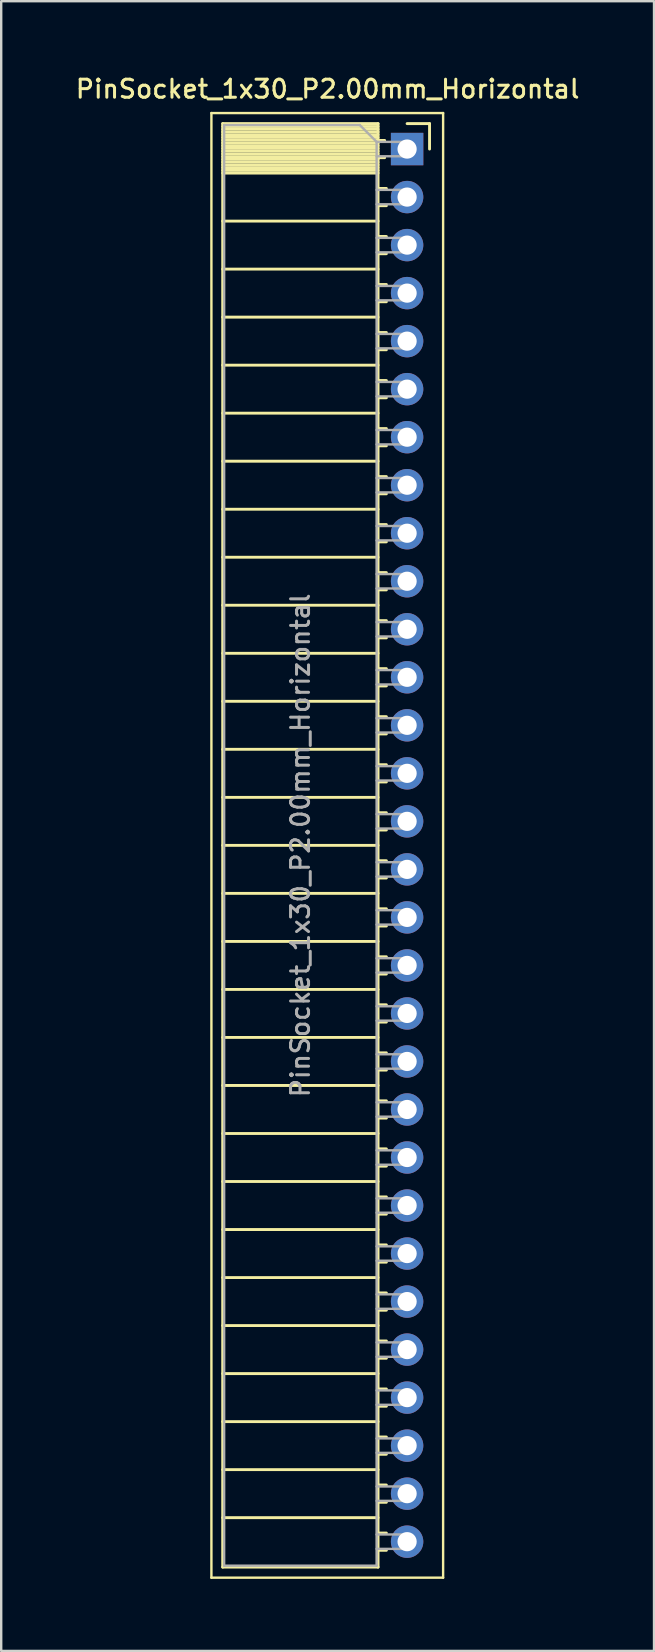
<source format=kicad_pcb>
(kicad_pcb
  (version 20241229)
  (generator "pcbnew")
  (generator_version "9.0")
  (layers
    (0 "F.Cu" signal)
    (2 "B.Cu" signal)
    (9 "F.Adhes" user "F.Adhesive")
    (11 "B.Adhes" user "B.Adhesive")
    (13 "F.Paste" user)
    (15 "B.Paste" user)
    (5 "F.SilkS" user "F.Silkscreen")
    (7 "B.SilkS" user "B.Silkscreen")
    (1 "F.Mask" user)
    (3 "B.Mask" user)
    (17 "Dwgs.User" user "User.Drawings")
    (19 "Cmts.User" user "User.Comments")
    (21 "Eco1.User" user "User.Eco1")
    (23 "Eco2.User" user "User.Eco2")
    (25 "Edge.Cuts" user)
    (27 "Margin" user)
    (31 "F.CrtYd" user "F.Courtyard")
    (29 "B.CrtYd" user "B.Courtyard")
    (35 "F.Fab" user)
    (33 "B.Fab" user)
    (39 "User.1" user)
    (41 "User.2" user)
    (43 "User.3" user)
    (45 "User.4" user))
  (footprint "PinSocket_1x30_P2.00mm_Horizontal"
    (layer "F.Cu")
    (at 13.905 3.158)
    (property "Reference" "PinSocket_1x30_P2.00mm_Horizontal" (at -3.31 -2.5 0) (layer "F.SilkS") (effects (font (size 0.75 0.75) (thickness 0.125))))
    (attr through_hole)
    (fp_line (start -8.15 -1.5) (end -8.15 59.5) (stroke (width 0.1) (type solid)) (layer "F.SilkS"))
    (fp_line (start -8.15 59.5) (end 1.5 59.5) (stroke (width 0.1) (type solid)) (layer "F.SilkS"))
    (fp_line (start -7.68 -1.06) (end -7.68 59.06) (stroke (width 0.12) (type solid)) (layer "F.SilkS"))
    (fp_line (start -7.68 -1.06) (end -1.21 -1.06) (stroke (width 0.12) (type solid)) (layer "F.SilkS"))
    (fp_line (start -7.68 -0.94) (end -1.21 -0.94) (stroke (width 0.12) (type solid)) (layer "F.SilkS"))
    (fp_line (start -7.68 -0.826) (end -1.21 -0.826) (stroke (width 0.12) (type solid)) (layer "F.SilkS"))
    (fp_line (start -7.68 -0.712) (end -1.21 -0.712) (stroke (width 0.12) (type solid)) (layer "F.SilkS"))
    (fp_line (start -7.68 -0.598) (end -1.21 -0.598) (stroke (width 0.12) (type solid)) (layer "F.SilkS"))
    (fp_line (start -7.68 -0.484) (end -1.21 -0.484) (stroke (width 0.12) (type solid)) (layer "F.SilkS"))
    (fp_line (start -7.68 -0.369) (end -1.21 -0.369) (stroke (width 0.12) (type solid)) (layer "F.SilkS"))
    (fp_line (start -7.68 -0.255) (end -1.21 -0.255) (stroke (width 0.12) (type solid)) (layer "F.SilkS"))
    (fp_line (start -7.68 -0.141) (end -1.21 -0.141) (stroke (width 0.12) (type solid)) (layer "F.SilkS"))
    (fp_line (start -7.68 -0.027) (end -1.21 -0.027) (stroke (width 0.12) (type solid)) (layer "F.SilkS"))
    (fp_line (start -7.68 0.087) (end -1.21 0.087) (stroke (width 0.12) (type solid)) (layer "F.SilkS"))
    (fp_line (start -7.68 0.201) (end -1.21 0.201) (stroke (width 0.12) (type solid)) (layer "F.SilkS"))
    (fp_line (start -7.68 0.315) (end -1.21 0.315) (stroke (width 0.12) (type solid)) (layer "F.SilkS"))
    (fp_line (start -7.68 0.429) (end -1.21 0.429) (stroke (width 0.12) (type solid)) (layer "F.SilkS"))
    (fp_line (start -7.68 0.544) (end -1.21 0.544) (stroke (width 0.12) (type solid)) (layer "F.SilkS"))
    (fp_line (start -7.68 0.658) (end -1.21 0.658) (stroke (width 0.12) (type solid)) (layer "F.SilkS"))
    (fp_line (start -7.68 0.772) (end -1.21 0.772) (stroke (width 0.12) (type solid)) (layer "F.SilkS"))
    (fp_line (start -7.68 0.886) (end -1.21 0.886) (stroke (width 0.12) (type solid)) (layer "F.SilkS"))
    (fp_line (start -7.68 1) (end -1.21 1) (stroke (width 0.12) (type solid)) (layer "F.SilkS"))
    (fp_line (start -7.68 3) (end -1.21 3) (stroke (width 0.12) (type solid)) (layer "F.SilkS"))
    (fp_line (start -7.68 5) (end -1.21 5) (stroke (width 0.12) (type solid)) (layer "F.SilkS"))
    (fp_line (start -7.68 7) (end -1.21 7) (stroke (width 0.12) (type solid)) (layer "F.SilkS"))
    (fp_line (start -7.68 9) (end -1.21 9) (stroke (width 0.12) (type solid)) (layer "F.SilkS"))
    (fp_line (start -7.68 11) (end -1.21 11) (stroke (width 0.12) (type solid)) (layer "F.SilkS"))
    (fp_line (start -7.68 13) (end -1.21 13) (stroke (width 0.12) (type solid)) (layer "F.SilkS"))
    (fp_line (start -7.68 15) (end -1.21 15) (stroke (width 0.12) (type solid)) (layer "F.SilkS"))
    (fp_line (start -7.68 17) (end -1.21 17) (stroke (width 0.12) (type solid)) (layer "F.SilkS"))
    (fp_line (start -7.68 19) (end -1.21 19) (stroke (width 0.12) (type solid)) (layer "F.SilkS"))
    (fp_line (start -7.68 21) (end -1.21 21) (stroke (width 0.12) (type solid)) (layer "F.SilkS"))
    (fp_line (start -7.68 23) (end -1.21 23) (stroke (width 0.12) (type solid)) (layer "F.SilkS"))
    (fp_line (start -7.68 25) (end -1.21 25) (stroke (width 0.12) (type solid)) (layer "F.SilkS"))
    (fp_line (start -7.68 27) (end -1.21 27) (stroke (width 0.12) (type solid)) (layer "F.SilkS"))
    (fp_line (start -7.68 29) (end -1.21 29) (stroke (width 0.12) (type solid)) (layer "F.SilkS"))
    (fp_line (start -7.68 31) (end -1.21 31) (stroke (width 0.12) (type solid)) (layer "F.SilkS"))
    (fp_line (start -7.68 33) (end -1.21 33) (stroke (width 0.12) (type solid)) (layer "F.SilkS"))
    (fp_line (start -7.68 35) (end -1.21 35) (stroke (width 0.12) (type solid)) (layer "F.SilkS"))
    (fp_line (start -7.68 37) (end -1.21 37) (stroke (width 0.12) (type solid)) (layer "F.SilkS"))
    (fp_line (start -7.68 39) (end -1.21 39) (stroke (width 0.12) (type solid)) (layer "F.SilkS"))
    (fp_line (start -7.68 41) (end -1.21 41) (stroke (width 0.12) (type solid)) (layer "F.SilkS"))
    (fp_line (start -7.68 43) (end -1.21 43) (stroke (width 0.12) (type solid)) (layer "F.SilkS"))
    (fp_line (start -7.68 45) (end -1.21 45) (stroke (width 0.12) (type solid)) (layer "F.SilkS"))
    (fp_line (start -7.68 47) (end -1.21 47) (stroke (width 0.12) (type solid)) (layer "F.SilkS"))
    (fp_line (start -7.68 49) (end -1.21 49) (stroke (width 0.12) (type solid)) (layer "F.SilkS"))
    (fp_line (start -7.68 51) (end -1.21 51) (stroke (width 0.12) (type solid)) (layer "F.SilkS"))
    (fp_line (start -7.68 53) (end -1.21 53) (stroke (width 0.12) (type solid)) (layer "F.SilkS"))
    (fp_line (start -7.68 55) (end -1.21 55) (stroke (width 0.12) (type solid)) (layer "F.SilkS"))
    (fp_line (start -7.68 57) (end -1.21 57) (stroke (width 0.12) (type solid)) (layer "F.SilkS"))
    (fp_line (start -7.68 59.06) (end -1.21 59.06) (stroke (width 0.12) (type solid)) (layer "F.SilkS"))
    (fp_line (start -1.21 -1.06) (end -1.21 59.06) (stroke (width 0.12) (type solid)) (layer "F.SilkS"))
    (fp_line (start -1.21 -0.36) (end -0.935 -0.36) (stroke (width 0.12) (type solid)) (layer "F.SilkS"))
    (fp_line (start -1.21 0.36) (end -0.935 0.36) (stroke (width 0.12) (type solid)) (layer "F.SilkS"))
    (fp_line (start -1.21 1.64) (end -0.863 1.64) (stroke (width 0.12) (type solid)) (layer "F.SilkS"))
    (fp_line (start -1.21 2.36) (end -0.863 2.36) (stroke (width 0.12) (type solid)) (layer "F.SilkS"))
    (fp_line (start -1.21 3.64) (end -0.863 3.64) (stroke (width 0.12) (type solid)) (layer "F.SilkS"))
    (fp_line (start -1.21 4.36) (end -0.863 4.36) (stroke (width 0.12) (type solid)) (layer "F.SilkS"))
    (fp_line (start -1.21 5.64) (end -0.863 5.64) (stroke (width 0.12) (type solid)) (layer "F.SilkS"))
    (fp_line (start -1.21 6.36) (end -0.863 6.36) (stroke (width 0.12) (type solid)) (layer "F.SilkS"))
    (fp_line (start -1.21 7.64) (end -0.863 7.64) (stroke (width 0.12) (type solid)) (layer "F.SilkS"))
    (fp_line (start -1.21 8.36) (end -0.863 8.36) (stroke (width 0.12) (type solid)) (layer "F.SilkS"))
    (fp_line (start -1.21 9.64) (end -0.863 9.64) (stroke (width 0.12) (type solid)) (layer "F.SilkS"))
    (fp_line (start -1.21 10.36) (end -0.863 10.36) (stroke (width 0.12) (type solid)) (layer "F.SilkS"))
    (fp_line (start -1.21 11.64) (end -0.863 11.64) (stroke (width 0.12) (type solid)) (layer "F.SilkS"))
    (fp_line (start -1.21 12.36) (end -0.863 12.36) (stroke (width 0.12) (type solid)) (layer "F.SilkS"))
    (fp_line (start -1.21 13.64) (end -0.863 13.64) (stroke (width 0.12) (type solid)) (layer "F.SilkS"))
    (fp_line (start -1.21 14.36) (end -0.863 14.36) (stroke (width 0.12) (type solid)) (layer "F.SilkS"))
    (fp_line (start -1.21 15.64) (end -0.863 15.64) (stroke (width 0.12) (type solid)) (layer "F.SilkS"))
    (fp_line (start -1.21 16.36) (end -0.863 16.36) (stroke (width 0.12) (type solid)) (layer "F.SilkS"))
    (fp_line (start -1.21 17.64) (end -0.863 17.64) (stroke (width 0.12) (type solid)) (layer "F.SilkS"))
    (fp_line (start -1.21 18.36) (end -0.863 18.36) (stroke (width 0.12) (type solid)) (layer "F.SilkS"))
    (fp_line (start -1.21 19.64) (end -0.863 19.64) (stroke (width 0.12) (type solid)) (layer "F.SilkS"))
    (fp_line (start -1.21 20.36) (end -0.863 20.36) (stroke (width 0.12) (type solid)) (layer "F.SilkS"))
    (fp_line (start -1.21 21.64) (end -0.863 21.64) (stroke (width 0.12) (type solid)) (layer "F.SilkS"))
    (fp_line (start -1.21 22.36) (end -0.863 22.36) (stroke (width 0.12) (type solid)) (layer "F.SilkS"))
    (fp_line (start -1.21 23.64) (end -0.863 23.64) (stroke (width 0.12) (type solid)) (layer "F.SilkS"))
    (fp_line (start -1.21 24.36) (end -0.863 24.36) (stroke (width 0.12) (type solid)) (layer "F.SilkS"))
    (fp_line (start -1.21 25.64) (end -0.863 25.64) (stroke (width 0.12) (type solid)) (layer "F.SilkS"))
    (fp_line (start -1.21 26.36) (end -0.863 26.36) (stroke (width 0.12) (type solid)) (layer "F.SilkS"))
    (fp_line (start -1.21 27.64) (end -0.863 27.64) (stroke (width 0.12) (type solid)) (layer "F.SilkS"))
    (fp_line (start -1.21 28.36) (end -0.863 28.36) (stroke (width 0.12) (type solid)) (layer "F.SilkS"))
    (fp_line (start -1.21 29.64) (end -0.863 29.64) (stroke (width 0.12) (type solid)) (layer "F.SilkS"))
    (fp_line (start -1.21 30.36) (end -0.863 30.36) (stroke (width 0.12) (type solid)) (layer "F.SilkS"))
    (fp_line (start -1.21 31.64) (end -0.863 31.64) (stroke (width 0.12) (type solid)) (layer "F.SilkS"))
    (fp_line (start -1.21 32.36) (end -0.863 32.36) (stroke (width 0.12) (type solid)) (layer "F.SilkS"))
    (fp_line (start -1.21 33.64) (end -0.863 33.64) (stroke (width 0.12) (type solid)) (layer "F.SilkS"))
    (fp_line (start -1.21 34.36) (end -0.863 34.36) (stroke (width 0.12) (type solid)) (layer "F.SilkS"))
    (fp_line (start -1.21 35.64) (end -0.863 35.64) (stroke (width 0.12) (type solid)) (layer "F.SilkS"))
    (fp_line (start -1.21 36.36) (end -0.863 36.36) (stroke (width 0.12) (type solid)) (layer "F.SilkS"))
    (fp_line (start -1.21 37.64) (end -0.863 37.64) (stroke (width 0.12) (type solid)) (layer "F.SilkS"))
    (fp_line (start -1.21 38.36) (end -0.863 38.36) (stroke (width 0.12) (type solid)) (layer "F.SilkS"))
    (fp_line (start -1.21 39.64) (end -0.863 39.64) (stroke (width 0.12) (type solid)) (layer "F.SilkS"))
    (fp_line (start -1.21 40.36) (end -0.863 40.36) (stroke (width 0.12) (type solid)) (layer "F.SilkS"))
    (fp_line (start -1.21 41.64) (end -0.863 41.64) (stroke (width 0.12) (type solid)) (layer "F.SilkS"))
    (fp_line (start -1.21 42.36) (end -0.863 42.36) (stroke (width 0.12) (type solid)) (layer "F.SilkS"))
    (fp_line (start -1.21 43.64) (end -0.863 43.64) (stroke (width 0.12) (type solid)) (layer "F.SilkS"))
    (fp_line (start -1.21 44.36) (end -0.863 44.36) (stroke (width 0.12) (type solid)) (layer "F.SilkS"))
    (fp_line (start -1.21 45.64) (end -0.863 45.64) (stroke (width 0.12) (type solid)) (layer "F.SilkS"))
    (fp_line (start -1.21 46.36) (end -0.863 46.36) (stroke (width 0.12) (type solid)) (layer "F.SilkS"))
    (fp_line (start -1.21 47.64) (end -0.863 47.64) (stroke (width 0.12) (type solid)) (layer "F.SilkS"))
    (fp_line (start -1.21 48.36) (end -0.863 48.36) (stroke (width 0.12) (type solid)) (layer "F.SilkS"))
    (fp_line (start -1.21 49.64) (end -0.863 49.64) (stroke (width 0.12) (type solid)) (layer "F.SilkS"))
    (fp_line (start -1.21 50.36) (end -0.863 50.36) (stroke (width 0.12) (type solid)) (layer "F.SilkS"))
    (fp_line (start -1.21 51.64) (end -0.863 51.64) (stroke (width 0.12) (type solid)) (layer "F.SilkS"))
    (fp_line (start -1.21 52.36) (end -0.863 52.36) (stroke (width 0.12) (type solid)) (layer "F.SilkS"))
    (fp_line (start -1.21 53.64) (end -0.863 53.64) (stroke (width 0.12) (type solid)) (layer "F.SilkS"))
    (fp_line (start -1.21 54.36) (end -0.863 54.36) (stroke (width 0.12) (type solid)) (layer "F.SilkS"))
    (fp_line (start -1.21 55.64) (end -0.863 55.64) (stroke (width 0.12) (type solid)) (layer "F.SilkS"))
    (fp_line (start -1.21 56.36) (end -0.863 56.36) (stroke (width 0.12) (type solid)) (layer "F.SilkS"))
    (fp_line (start -1.21 57.64) (end -0.863 57.64) (stroke (width 0.12) (type solid)) (layer "F.SilkS"))
    (fp_line (start -1.21 58.36) (end -0.863 58.36) (stroke (width 0.12) (type solid)) (layer "F.SilkS"))
    (fp_line (start 0 -1.06) (end 0.935 -1.06) (stroke (width 0.12) (type solid)) (layer "F.SilkS"))
    (fp_line (start 0.935 -1.06) (end 0.935 0) (stroke (width 0.12) (type solid)) (layer "F.SilkS"))
    (fp_line (start 1.5 -1.5) (end -8.15 -1.5) (stroke (width 0.1) (type solid)) (layer "F.SilkS"))
    (fp_line (start 1.5 59.5) (end 1.5 -1.5) (stroke (width 0.1) (type solid)) (layer "F.SilkS"))
    (fp_line (start -7.62 -1) (end -1.97 -1) (stroke (width 0.1) (type solid)) (layer "F.Fab"))
    (fp_line (start -7.62 59) (end -7.62 -1) (stroke (width 0.1) (type solid)) (layer "F.Fab"))
    (fp_line (start -1.97 -1) (end -1.27 -0.3) (stroke (width 0.1) (type solid)) (layer "F.Fab"))
    (fp_line (start -1.27 -0.3) (end -1.27 59) (stroke (width 0.1) (type solid)) (layer "F.Fab"))
    (fp_line (start -1.27 0.3) (end 0 0.3) (stroke (width 0.1) (type solid)) (layer "F.Fab"))
    (fp_line (start -1.27 2.3) (end 0 2.3) (stroke (width 0.1) (type solid)) (layer "F.Fab"))
    (fp_line (start -1.27 4.3) (end 0 4.3) (stroke (width 0.1) (type solid)) (layer "F.Fab"))
    (fp_line (start -1.27 6.3) (end 0 6.3) (stroke (width 0.1) (type solid)) (layer "F.Fab"))
    (fp_line (start -1.27 8.3) (end 0 8.3) (stroke (width 0.1) (type solid)) (layer "F.Fab"))
    (fp_line (start -1.27 10.3) (end 0 10.3) (stroke (width 0.1) (type solid)) (layer "F.Fab"))
    (fp_line (start -1.27 12.3) (end 0 12.3) (stroke (width 0.1) (type solid)) (layer "F.Fab"))
    (fp_line (start -1.27 14.3) (end 0 14.3) (stroke (width 0.1) (type solid)) (layer "F.Fab"))
    (fp_line (start -1.27 16.3) (end 0 16.3) (stroke (width 0.1) (type solid)) (layer "F.Fab"))
    (fp_line (start -1.27 18.3) (end 0 18.3) (stroke (width 0.1) (type solid)) (layer "F.Fab"))
    (fp_line (start -1.27 20.3) (end 0 20.3) (stroke (width 0.1) (type solid)) (layer "F.Fab"))
    (fp_line (start -1.27 22.3) (end 0 22.3) (stroke (width 0.1) (type solid)) (layer "F.Fab"))
    (fp_line (start -1.27 24.3) (end 0 24.3) (stroke (width 0.1) (type solid)) (layer "F.Fab"))
    (fp_line (start -1.27 26.3) (end 0 26.3) (stroke (width 0.1) (type solid)) (layer "F.Fab"))
    (fp_line (start -1.27 28.3) (end 0 28.3) (stroke (width 0.1) (type solid)) (layer "F.Fab"))
    (fp_line (start -1.27 30.3) (end 0 30.3) (stroke (width 0.1) (type solid)) (layer "F.Fab"))
    (fp_line (start -1.27 32.3) (end 0 32.3) (stroke (width 0.1) (type solid)) (layer "F.Fab"))
    (fp_line (start -1.27 34.3) (end 0 34.3) (stroke (width 0.1) (type solid)) (layer "F.Fab"))
    (fp_line (start -1.27 36.3) (end 0 36.3) (stroke (width 0.1) (type solid)) (layer "F.Fab"))
    (fp_line (start -1.27 38.3) (end 0 38.3) (stroke (width 0.1) (type solid)) (layer "F.Fab"))
    (fp_line (start -1.27 40.3) (end 0 40.3) (stroke (width 0.1) (type solid)) (layer "F.Fab"))
    (fp_line (start -1.27 42.3) (end 0 42.3) (stroke (width 0.1) (type solid)) (layer "F.Fab"))
    (fp_line (start -1.27 44.3) (end 0 44.3) (stroke (width 0.1) (type solid)) (layer "F.Fab"))
    (fp_line (start -1.27 46.3) (end 0 46.3) (stroke (width 0.1) (type solid)) (layer "F.Fab"))
    (fp_line (start -1.27 48.3) (end 0 48.3) (stroke (width 0.1) (type solid)) (layer "F.Fab"))
    (fp_line (start -1.27 50.3) (end 0 50.3) (stroke (width 0.1) (type solid)) (layer "F.Fab"))
    (fp_line (start -1.27 52.3) (end 0 52.3) (stroke (width 0.1) (type solid)) (layer "F.Fab"))
    (fp_line (start -1.27 54.3) (end 0 54.3) (stroke (width 0.1) (type solid)) (layer "F.Fab"))
    (fp_line (start -1.27 56.3) (end 0 56.3) (stroke (width 0.1) (type solid)) (layer "F.Fab"))
    (fp_line (start -1.27 58.3) (end 0 58.3) (stroke (width 0.1) (type solid)) (layer "F.Fab"))
    (fp_line (start -1.27 59) (end -7.62 59) (stroke (width 0.1) (type solid)) (layer "F.Fab"))
    (fp_line (start 0 -0.3) (end -1.27 -0.3) (stroke (width 0.1) (type solid)) (layer "F.Fab"))
    (fp_line (start 0 0.3) (end 0 -0.3) (stroke (width 0.1) (type solid)) (layer "F.Fab"))
    (fp_line (start 0 1.7) (end -1.27 1.7) (stroke (width 0.1) (type solid)) (layer "F.Fab"))
    (fp_line (start 0 2.3) (end 0 1.7) (stroke (width 0.1) (type solid)) (layer "F.Fab"))
    (fp_line (start 0 3.7) (end -1.27 3.7) (stroke (width 0.1) (type solid)) (layer "F.Fab"))
    (fp_line (start 0 4.3) (end 0 3.7) (stroke (width 0.1) (type solid)) (layer "F.Fab"))
    (fp_line (start 0 5.7) (end -1.27 5.7) (stroke (width 0.1) (type solid)) (layer "F.Fab"))
    (fp_line (start 0 6.3) (end 0 5.7) (stroke (width 0.1) (type solid)) (layer "F.Fab"))
    (fp_line (start 0 7.7) (end -1.27 7.7) (stroke (width 0.1) (type solid)) (layer "F.Fab"))
    (fp_line (start 0 8.3) (end 0 7.7) (stroke (width 0.1) (type solid)) (layer "F.Fab"))
    (fp_line (start 0 9.7) (end -1.27 9.7) (stroke (width 0.1) (type solid)) (layer "F.Fab"))
    (fp_line (start 0 10.3) (end 0 9.7) (stroke (width 0.1) (type solid)) (layer "F.Fab"))
    (fp_line (start 0 11.7) (end -1.27 11.7) (stroke (width 0.1) (type solid)) (layer "F.Fab"))
    (fp_line (start 0 12.3) (end 0 11.7) (stroke (width 0.1) (type solid)) (layer "F.Fab"))
    (fp_line (start 0 13.7) (end -1.27 13.7) (stroke (width 0.1) (type solid)) (layer "F.Fab"))
    (fp_line (start 0 14.3) (end 0 13.7) (stroke (width 0.1) (type solid)) (layer "F.Fab"))
    (fp_line (start 0 15.7) (end -1.27 15.7) (stroke (width 0.1) (type solid)) (layer "F.Fab"))
    (fp_line (start 0 16.3) (end 0 15.7) (stroke (width 0.1) (type solid)) (layer "F.Fab"))
    (fp_line (start 0 17.7) (end -1.27 17.7) (stroke (width 0.1) (type solid)) (layer "F.Fab"))
    (fp_line (start 0 18.3) (end 0 17.7) (stroke (width 0.1) (type solid)) (layer "F.Fab"))
    (fp_line (start 0 19.7) (end -1.27 19.7) (stroke (width 0.1) (type solid)) (layer "F.Fab"))
    (fp_line (start 0 20.3) (end 0 19.7) (stroke (width 0.1) (type solid)) (layer "F.Fab"))
    (fp_line (start 0 21.7) (end -1.27 21.7) (stroke (width 0.1) (type solid)) (layer "F.Fab"))
    (fp_line (start 0 22.3) (end 0 21.7) (stroke (width 0.1) (type solid)) (layer "F.Fab"))
    (fp_line (start 0 23.7) (end -1.27 23.7) (stroke (width 0.1) (type solid)) (layer "F.Fab"))
    (fp_line (start 0 24.3) (end 0 23.7) (stroke (width 0.1) (type solid)) (layer "F.Fab"))
    (fp_line (start 0 25.7) (end -1.27 25.7) (stroke (width 0.1) (type solid)) (layer "F.Fab"))
    (fp_line (start 0 26.3) (end 0 25.7) (stroke (width 0.1) (type solid)) (layer "F.Fab"))
    (fp_line (start 0 27.7) (end -1.27 27.7) (stroke (width 0.1) (type solid)) (layer "F.Fab"))
    (fp_line (start 0 28.3) (end 0 27.7) (stroke (width 0.1) (type solid)) (layer "F.Fab"))
    (fp_line (start 0 29.7) (end -1.27 29.7) (stroke (width 0.1) (type solid)) (layer "F.Fab"))
    (fp_line (start 0 30.3) (end 0 29.7) (stroke (width 0.1) (type solid)) (layer "F.Fab"))
    (fp_line (start 0 31.7) (end -1.27 31.7) (stroke (width 0.1) (type solid)) (layer "F.Fab"))
    (fp_line (start 0 32.3) (end 0 31.7) (stroke (width 0.1) (type solid)) (layer "F.Fab"))
    (fp_line (start 0 33.7) (end -1.27 33.7) (stroke (width 0.1) (type solid)) (layer "F.Fab"))
    (fp_line (start 0 34.3) (end 0 33.7) (stroke (width 0.1) (type solid)) (layer "F.Fab"))
    (fp_line (start 0 35.7) (end -1.27 35.7) (stroke (width 0.1) (type solid)) (layer "F.Fab"))
    (fp_line (start 0 36.3) (end 0 35.7) (stroke (width 0.1) (type solid)) (layer "F.Fab"))
    (fp_line (start 0 37.7) (end -1.27 37.7) (stroke (width 0.1) (type solid)) (layer "F.Fab"))
    (fp_line (start 0 38.3) (end 0 37.7) (stroke (width 0.1) (type solid)) (layer "F.Fab"))
    (fp_line (start 0 39.7) (end -1.27 39.7) (stroke (width 0.1) (type solid)) (layer "F.Fab"))
    (fp_line (start 0 40.3) (end 0 39.7) (stroke (width 0.1) (type solid)) (layer "F.Fab"))
    (fp_line (start 0 41.7) (end -1.27 41.7) (stroke (width 0.1) (type solid)) (layer "F.Fab"))
    (fp_line (start 0 42.3) (end 0 41.7) (stroke (width 0.1) (type solid)) (layer "F.Fab"))
    (fp_line (start 0 43.7) (end -1.27 43.7) (stroke (width 0.1) (type solid)) (layer "F.Fab"))
    (fp_line (start 0 44.3) (end 0 43.7) (stroke (width 0.1) (type solid)) (layer "F.Fab"))
    (fp_line (start 0 45.7) (end -1.27 45.7) (stroke (width 0.1) (type solid)) (layer "F.Fab"))
    (fp_line (start 0 46.3) (end 0 45.7) (stroke (width 0.1) (type solid)) (layer "F.Fab"))
    (fp_line (start 0 47.7) (end -1.27 47.7) (stroke (width 0.1) (type solid)) (layer "F.Fab"))
    (fp_line (start 0 48.3) (end 0 47.7) (stroke (width 0.1) (type solid)) (layer "F.Fab"))
    (fp_line (start 0 49.7) (end -1.27 49.7) (stroke (width 0.1) (type solid)) (layer "F.Fab"))
    (fp_line (start 0 50.3) (end 0 49.7) (stroke (width 0.1) (type solid)) (layer "F.Fab"))
    (fp_line (start 0 51.7) (end -1.27 51.7) (stroke (width 0.1) (type solid)) (layer "F.Fab"))
    (fp_line (start 0 52.3) (end 0 51.7) (stroke (width 0.1) (type solid)) (layer "F.Fab"))
    (fp_line (start 0 53.7) (end -1.27 53.7) (stroke (width 0.1) (type solid)) (layer "F.Fab"))
    (fp_line (start 0 54.3) (end 0 53.7) (stroke (width 0.1) (type solid)) (layer "F.Fab"))
    (fp_line (start 0 55.7) (end -1.27 55.7) (stroke (width 0.1) (type solid)) (layer "F.Fab"))
    (fp_line (start 0 56.3) (end 0 55.7) (stroke (width 0.1) (type solid)) (layer "F.Fab"))
    (fp_line (start 0 57.7) (end -1.27 57.7) (stroke (width 0.1) (type solid)) (layer "F.Fab"))
    (fp_line (start 0 58.3) (end 0 57.7) (stroke (width 0.1) (type solid)) (layer "F.Fab"))
    (fp_text user "${REFERENCE}" (at -4.445 29 90) (layer "F.Fab") (effects (font (size 0.75 0.75) (thickness 0.125))))
    (pad "1" thru_hole rect (at 0 0) (size 1.35 1.35) (drill 0.8) (layers "*.Cu" "*.Mask"))
    (pad "2" thru_hole oval (at 0 2) (size 1.35 1.35) (drill 0.8) (layers "*.Cu" "*.Mask"))
    (pad "3" thru_hole oval (at 0 4) (size 1.35 1.35) (drill 0.8) (layers "*.Cu" "*.Mask"))
    (pad "4" thru_hole oval (at 0 6) (size 1.35 1.35) (drill 0.8) (layers "*.Cu" "*.Mask"))
    (pad "5" thru_hole oval (at 0 8) (size 1.35 1.35) (drill 0.8) (layers "*.Cu" "*.Mask"))
    (pad "6" thru_hole oval (at 0 10) (size 1.35 1.35) (drill 0.8) (layers "*.Cu" "*.Mask"))
    (pad "7" thru_hole oval (at 0 12) (size 1.35 1.35) (drill 0.8) (layers "*.Cu" "*.Mask"))
    (pad "8" thru_hole oval (at 0 14) (size 1.35 1.35) (drill 0.8) (layers "*.Cu" "*.Mask"))
    (pad "9" thru_hole oval (at 0 16) (size 1.35 1.35) (drill 0.8) (layers "*.Cu" "*.Mask"))
    (pad "10" thru_hole oval (at 0 18) (size 1.35 1.35) (drill 0.8) (layers "*.Cu" "*.Mask"))
    (pad "11" thru_hole oval (at 0 20) (size 1.35 1.35) (drill 0.8) (layers "*.Cu" "*.Mask"))
    (pad "12" thru_hole oval (at 0 22) (size 1.35 1.35) (drill 0.8) (layers "*.Cu" "*.Mask"))
    (pad "13" thru_hole oval (at 0 24) (size 1.35 1.35) (drill 0.8) (layers "*.Cu" "*.Mask"))
    (pad "14" thru_hole oval (at 0 26) (size 1.35 1.35) (drill 0.8) (layers "*.Cu" "*.Mask"))
    (pad "15" thru_hole oval (at 0 28) (size 1.35 1.35) (drill 0.8) (layers "*.Cu" "*.Mask"))
    (pad "16" thru_hole oval (at 0 30) (size 1.35 1.35) (drill 0.8) (layers "*.Cu" "*.Mask"))
    (pad "17" thru_hole oval (at 0 32) (size 1.35 1.35) (drill 0.8) (layers "*.Cu" "*.Mask"))
    (pad "18" thru_hole oval (at 0 34) (size 1.35 1.35) (drill 0.8) (layers "*.Cu" "*.Mask"))
    (pad "19" thru_hole oval (at 0 36) (size 1.35 1.35) (drill 0.8) (layers "*.Cu" "*.Mask"))
    (pad "20" thru_hole oval (at 0 38) (size 1.35 1.35) (drill 0.8) (layers "*.Cu" "*.Mask"))
    (pad "21" thru_hole oval (at 0 40) (size 1.35 1.35) (drill 0.8) (layers "*.Cu" "*.Mask"))
    (pad "22" thru_hole oval (at 0 42) (size 1.35 1.35) (drill 0.8) (layers "*.Cu" "*.Mask"))
    (pad "23" thru_hole oval (at 0 44) (size 1.35 1.35) (drill 0.8) (layers "*.Cu" "*.Mask"))
    (pad "24" thru_hole oval (at 0 46) (size 1.35 1.35) (drill 0.8) (layers "*.Cu" "*.Mask"))
    (pad "25" thru_hole oval (at 0 48) (size 1.35 1.35) (drill 0.8) (layers "*.Cu" "*.Mask"))
    (pad "26" thru_hole oval (at 0 50) (size 1.35 1.35) (drill 0.8) (layers "*.Cu" "*.Mask"))
    (pad "27" thru_hole oval (at 0 52) (size 1.35 1.35) (drill 0.8) (layers "*.Cu" "*.Mask"))
    (pad "28" thru_hole oval (at 0 54) (size 1.35 1.35) (drill 0.8) (layers "*.Cu" "*.Mask"))
    (pad "29" thru_hole oval (at 0 56) (size 1.35 1.35) (drill 0.8) (layers "*.Cu" "*.Mask"))
    (pad "30" thru_hole oval (at 0 58) (size 1.35 1.35) (drill 0.8) (layers "*.Cu" "*.Mask")))
  (gr_rect
    (start -3 -3)
    (end 24.189 65.708)
    (stroke (width 0.1) (type default))
    (fill no)
    (layer "Edge.Cuts")))
</source>
